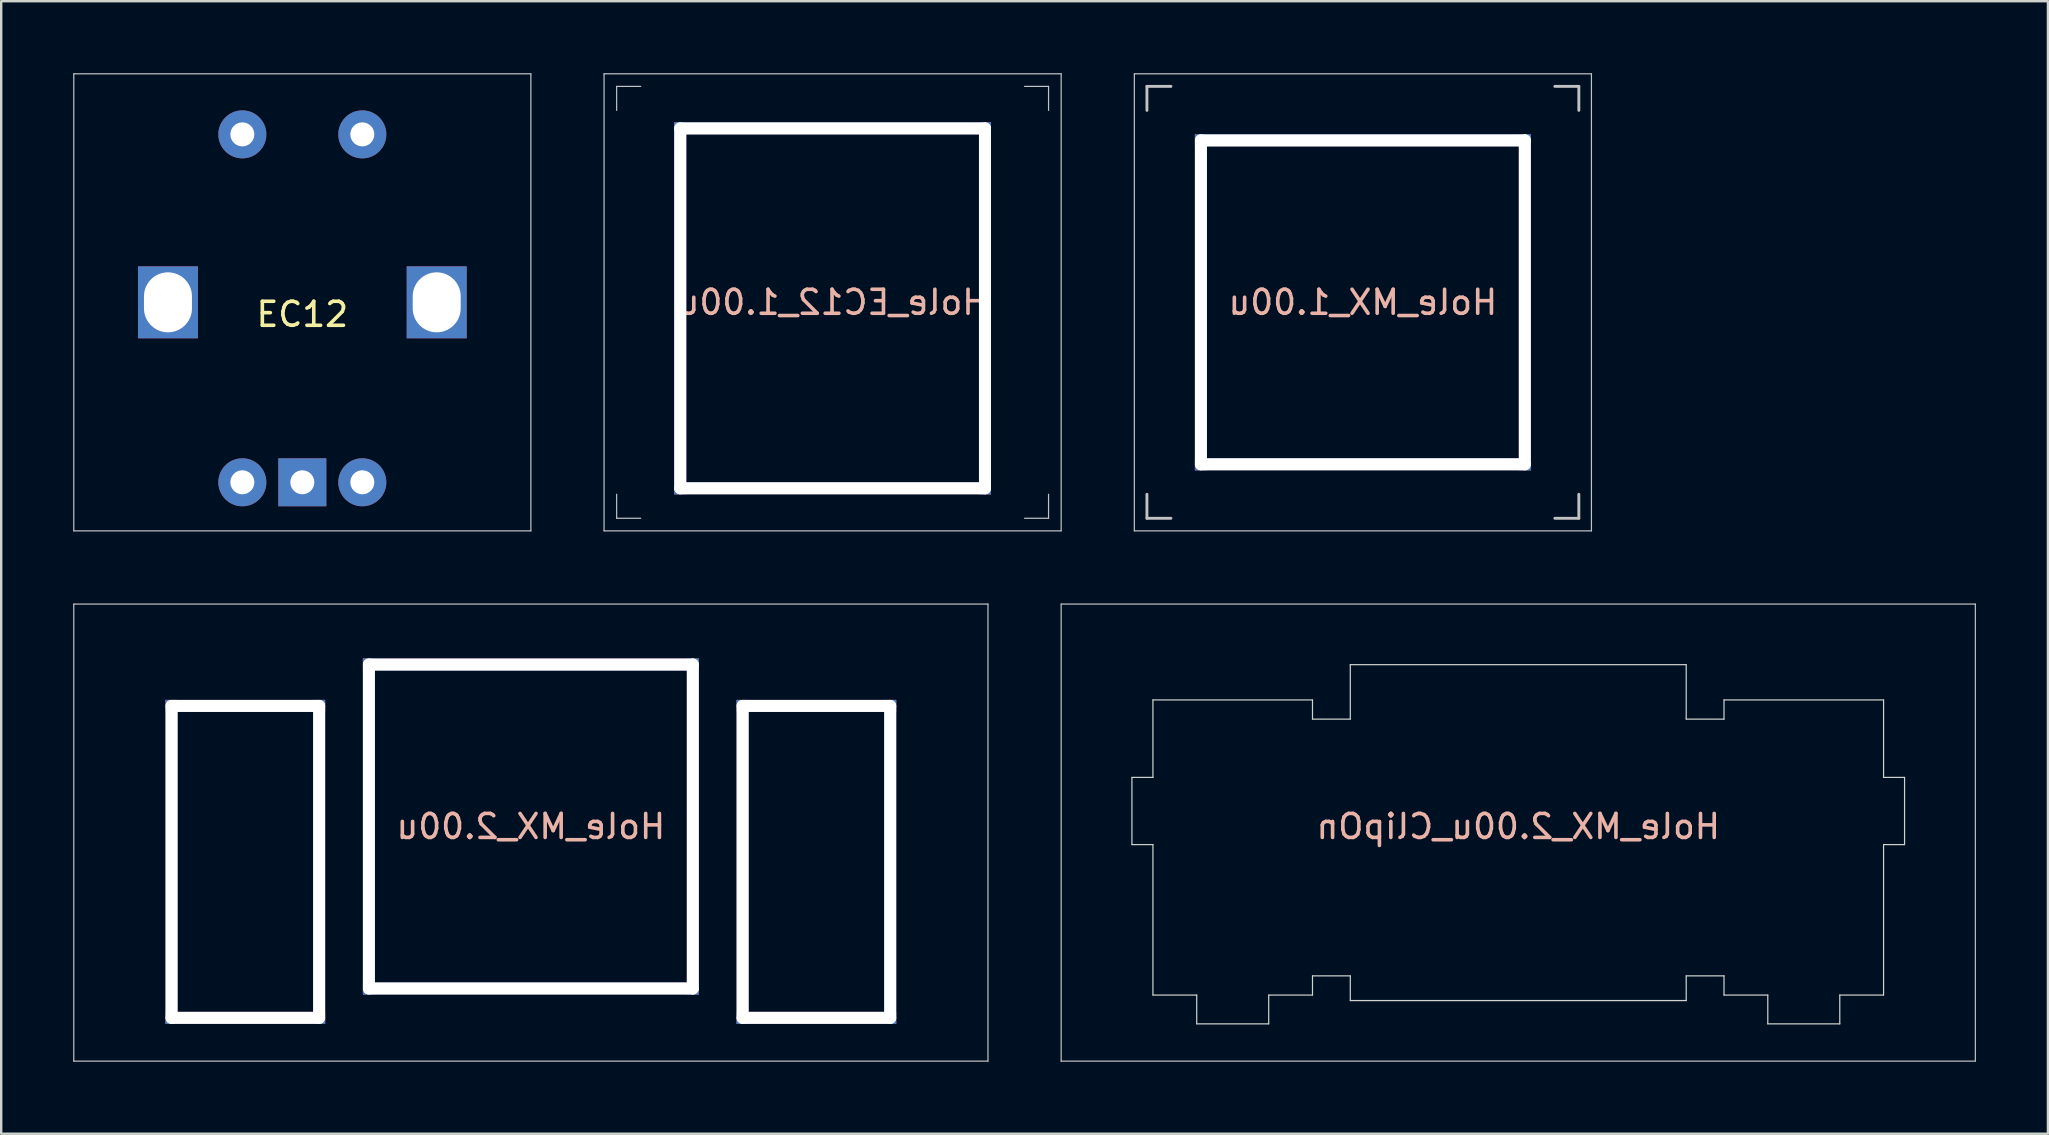
<source format=kicad_pcb>
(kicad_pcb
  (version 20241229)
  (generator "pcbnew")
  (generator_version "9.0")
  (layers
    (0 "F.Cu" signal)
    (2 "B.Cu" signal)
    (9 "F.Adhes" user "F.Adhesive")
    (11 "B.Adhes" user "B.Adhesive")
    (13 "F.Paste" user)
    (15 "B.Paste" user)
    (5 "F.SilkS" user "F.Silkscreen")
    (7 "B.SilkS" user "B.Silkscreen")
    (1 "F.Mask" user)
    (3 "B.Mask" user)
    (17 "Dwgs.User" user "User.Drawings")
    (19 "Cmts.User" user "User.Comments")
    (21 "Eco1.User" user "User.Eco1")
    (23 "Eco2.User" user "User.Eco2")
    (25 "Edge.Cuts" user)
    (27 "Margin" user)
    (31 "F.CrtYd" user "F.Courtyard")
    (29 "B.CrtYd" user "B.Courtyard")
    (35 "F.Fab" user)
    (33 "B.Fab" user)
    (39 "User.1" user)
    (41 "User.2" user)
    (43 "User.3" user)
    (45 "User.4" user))
  (footprint "Hole_MX_1.00u"
    (layer "F.Cu")
    (at 53.75 9.55)
    (property "Reference" "Hole_MX_1.00u" (at 0 0 180) (layer "B.SilkS") (effects (font (size 1 1) (thickness 0.15)) (justify mirror)))
    (attr through_hole)
    (fp_line (start -9.525 -9.525) (end 9.525 -9.525) (stroke (width 0.05) (type solid)) (layer "Dwgs.User"))
    (fp_line (start -9.525 9.525) (end -9.525 -9.525) (stroke (width 0.05) (type solid)) (layer "Dwgs.User"))
    (fp_line (start -9 -9) (end -8 -9) (stroke (width 0.12) (type solid)) (layer "Dwgs.User"))
    (fp_line (start -9 -8) (end -9 -9) (stroke (width 0.12) (type solid)) (layer "Dwgs.User"))
    (fp_line (start -9 9) (end -9 8) (stroke (width 0.12) (type solid)) (layer "Dwgs.User"))
    (fp_line (start -8 9) (end -9 9) (stroke (width 0.12) (type solid)) (layer "Dwgs.User"))
    (fp_line (start 8 -9) (end 9 -9) (stroke (width 0.12) (type solid)) (layer "Dwgs.User"))
    (fp_line (start 9 -9) (end 9 -8) (stroke (width 0.12) (type solid)) (layer "Dwgs.User"))
    (fp_line (start 9 8) (end 9 9) (stroke (width 0.12) (type solid)) (layer "Dwgs.User"))
    (fp_line (start 9 9) (end 8 9) (stroke (width 0.12) (type solid)) (layer "Dwgs.User"))
    (fp_line (start 9.525 -9.525) (end 9.525 9.525) (stroke (width 0.05) (type solid)) (layer "Dwgs.User"))
    (fp_line (start 9.525 9.525) (end -9.525 9.525) (stroke (width 0.05) (type solid)) (layer "Dwgs.User"))
    (pad "" np_thru_hole rect (at -6.75 0 90) (size 14 0.5) (drill oval 14 0.5) (layers "*.Cu" "*.Mask"))
    (pad "" np_thru_hole rect (at 0 -6.75) (size 14 0.5) (drill oval 14 0.5) (layers "*.Cu" "*.Mask"))
    (pad "" np_thru_hole rect (at 0 6.75 180) (size 14 0.5) (drill oval 14 0.5) (layers "*.Cu" "*.Mask"))
    (pad "" np_thru_hole rect (at 6.75 0 270) (size 14 0.5) (drill oval 14 0.5) (layers "*.Cu" "*.Mask")))
  (footprint "Hole_MX_2.00u_ClipOn"
    (layer "F.Cu")
    (at 60.225 31.396)
    (property "Reference" "Hole_MX_2.00u_ClipOn" (at 0 0 180) (layer "B.SilkS") (effects (font (size 1 1) (thickness 0.15)) (justify mirror)))
    (attr through_hole)
    (fp_line (start -19.05 -9.271) (end 19.05 -9.271) (stroke (width 0.05) (type solid)) (layer "Dwgs.User"))
    (fp_line (start -19.05 9.779) (end -19.05 -9.271) (stroke (width 0.05) (type solid)) (layer "Dwgs.User"))
    (fp_line (start 19.05 -9.271) (end 19.05 9.779) (stroke (width 0.05) (type solid)) (layer "Dwgs.User"))
    (fp_line (start 19.05 9.779) (end -19.05 9.779) (stroke (width 0.05) (type solid)) (layer "Dwgs.User"))
    (fp_line (start -16.1 -2.046) (end -15.225 -2.046) (stroke (width 0.05) (type solid)) (layer "Edge.Cuts"))
    (fp_line (start -16.1 0.754) (end -16.1 -2.046) (stroke (width 0.05) (type solid)) (layer "Edge.Cuts"))
    (fp_line (start -16.1 0.754) (end -15.225 0.754) (stroke (width 0.05) (type solid)) (layer "Edge.Cuts"))
    (fp_line (start -15.225 -5.276) (end -8.575 -5.276) (stroke (width 0.05) (type solid)) (layer "Edge.Cuts"))
    (fp_line (start -15.225 -2.046) (end -15.225 -5.276) (stroke (width 0.05) (type solid)) (layer "Edge.Cuts"))
    (fp_line (start -15.225 7.024) (end -15.225 0.754) (stroke (width 0.05) (type solid)) (layer "Edge.Cuts"))
    (fp_line (start -15.225 7.024) (end -13.4 7.024) (stroke (width 0.05) (type solid)) (layer "Edge.Cuts"))
    (fp_line (start -13.4 8.224) (end -13.4 7.024) (stroke (width 0.05) (type solid)) (layer "Edge.Cuts"))
    (fp_line (start -13.4 8.224) (end -10.4 8.224) (stroke (width 0.05) (type solid)) (layer "Edge.Cuts"))
    (fp_line (start -10.4 7.024) (end -10.4 8.224) (stroke (width 0.05) (type solid)) (layer "Edge.Cuts"))
    (fp_line (start -10.4 7.024) (end -8.575 7.024) (stroke (width 0.05) (type solid)) (layer "Edge.Cuts"))
    (fp_line (start -8.575 -5.276) (end -8.575 -4.476) (stroke (width 0.05) (type solid)) (layer "Edge.Cuts"))
    (fp_line (start -8.575 -4.476) (end -7 -4.476) (stroke (width 0.05) (type solid)) (layer "Edge.Cuts"))
    (fp_line (start -8.575 6.224) (end -8.575 7.024) (stroke (width 0.05) (type solid)) (layer "Edge.Cuts"))
    (fp_line (start -8.575 6.224) (end -7 6.224) (stroke (width 0.05) (type solid)) (layer "Edge.Cuts"))
    (fp_line (start -7 -4.476) (end -7 -6.746) (stroke (width 0.05) (type solid)) (layer "Edge.Cuts"))
    (fp_line (start -7 6.224) (end -7 7.254) (stroke (width 0.05) (type solid)) (layer "Edge.Cuts"))
    (fp_line (start -7 7.254) (end 7 7.254) (stroke (width 0.05) (type solid)) (layer "Edge.Cuts"))
    (fp_line (start 7 -6.746) (end -7 -6.746) (stroke (width 0.05) (type solid)) (layer "Edge.Cuts"))
    (fp_line (start 7 -4.476) (end 7 -6.746) (stroke (width 0.05) (type solid)) (layer "Edge.Cuts"))
    (fp_line (start 7 6.224) (end 7 7.254) (stroke (width 0.05) (type solid)) (layer "Edge.Cuts"))
    (fp_line (start 8.575 -5.276) (end 8.575 -4.476) (stroke (width 0.05) (type solid)) (layer "Edge.Cuts"))
    (fp_line (start 8.575 -4.476) (end 7 -4.476) (stroke (width 0.05) (type solid)) (layer "Edge.Cuts"))
    (fp_line (start 8.575 6.224) (end 7 6.224) (stroke (width 0.05) (type solid)) (layer "Edge.Cuts"))
    (fp_line (start 8.575 6.224) (end 8.575 7.024) (stroke (width 0.05) (type solid)) (layer "Edge.Cuts"))
    (fp_line (start 10.4 7.024) (end 8.575 7.024) (stroke (width 0.05) (type solid)) (layer "Edge.Cuts"))
    (fp_line (start 10.4 7.024) (end 10.4 8.224) (stroke (width 0.05) (type solid)) (layer "Edge.Cuts"))
    (fp_line (start 13.4 8.224) (end 10.4 8.224) (stroke (width 0.05) (type solid)) (layer "Edge.Cuts"))
    (fp_line (start 13.4 8.224) (end 13.4 7.024) (stroke (width 0.05) (type solid)) (layer "Edge.Cuts"))
    (fp_line (start 15.225 -5.276) (end 8.575 -5.276) (stroke (width 0.05) (type solid)) (layer "Edge.Cuts"))
    (fp_line (start 15.225 -2.046) (end 15.225 -5.276) (stroke (width 0.05) (type solid)) (layer "Edge.Cuts"))
    (fp_line (start 15.225 7.024) (end 13.4 7.024) (stroke (width 0.05) (type solid)) (layer "Edge.Cuts"))
    (fp_line (start 15.225 7.024) (end 15.225 0.754) (stroke (width 0.05) (type solid)) (layer "Edge.Cuts"))
    (fp_line (start 16.1 -2.046) (end 15.225 -2.046) (stroke (width 0.05) (type solid)) (layer "Edge.Cuts"))
    (fp_line (start 16.1 0.754) (end 15.225 0.754) (stroke (width 0.05) (type solid)) (layer "Edge.Cuts"))
    (fp_line (start 16.1 0.754) (end 16.1 -2.046) (stroke (width 0.05) (type solid)) (layer "Edge.Cuts")))
  (footprint "Hole_EC12_1.00u"
    (layer "F.Cu")
    (at 31.65 9.55)
    (property "Reference" "Hole_EC12_1.00u" (at 0 0 180) (layer "B.SilkS") (effects (font (size 1 1) (thickness 0.15)) (justify mirror)))
    (attr through_hole)
    (fp_line (start -9.525 -9.525) (end 9.525 -9.525) (stroke (width 0.05) (type solid)) (layer "Dwgs.User"))
    (fp_line (start -9.525 9.525) (end -9.525 -9.525) (stroke (width 0.05) (type solid)) (layer "Dwgs.User"))
    (fp_line (start -9 -9) (end -8 -9) (stroke (width 0.05) (type solid)) (layer "Dwgs.User"))
    (fp_line (start -9 -8) (end -9 -9) (stroke (width 0.05) (type solid)) (layer "Dwgs.User"))
    (fp_line (start -9 9) (end -9 8) (stroke (width 0.05) (type solid)) (layer "Dwgs.User"))
    (fp_line (start -8 9) (end -9 9) (stroke (width 0.05) (type solid)) (layer "Dwgs.User"))
    (fp_line (start 8 -9) (end 9 -9) (stroke (width 0.05) (type solid)) (layer "Dwgs.User"))
    (fp_line (start 9 -9) (end 9 -8) (stroke (width 0.05) (type solid)) (layer "Dwgs.User"))
    (fp_line (start 9 8) (end 9 9) (stroke (width 0.05) (type solid)) (layer "Dwgs.User"))
    (fp_line (start 9 9) (end 8 9) (stroke (width 0.05) (type solid)) (layer "Dwgs.User"))
    (fp_line (start 9.525 -9.525) (end 9.525 9.525) (stroke (width 0.05) (type solid)) (layer "Dwgs.User"))
    (fp_line (start 9.525 9.525) (end -9.525 9.525) (stroke (width 0.05) (type solid)) (layer "Dwgs.User"))
    (pad "" np_thru_hole rect (at -6.35 0.25 90) (size 15.5 0.5) (drill oval 15.5 0.5) (layers "*.Cu" "*.Mask"))
    (pad "" np_thru_hole rect (at 0 -7.25) (size 13.2 0.5) (drill oval 13.2 0.5) (layers "*.Cu" "*.Mask"))
    (pad "" np_thru_hole rect (at 0 7.75) (size 13.2 0.5) (drill oval 13.2 0.5) (layers "*.Cu" "*.Mask"))
    (pad "" np_thru_hole rect (at 6.35 0.25 90) (size 15.5 0.5) (drill oval 15.5 0.5) (layers "*.Cu" "*.Mask")))
  (footprint "EC12"
    (layer "F.Cu")
    (at 9.55 9.55)
    (property "Reference" "EC12" (at 0 0.5 0) (layer "F.SilkS") (effects (font (size 1 1) (thickness 0.15))))
    (attr through_hole)
    (fp_line (start -9.525 -9.525) (end -9.525 9.525) (stroke (width 0.05) (type solid)) (layer "Dwgs.User"))
    (fp_line (start -9.525 -9.525) (end 9.525 -9.525) (stroke (width 0.05) (type solid)) (layer "Dwgs.User"))
    (fp_line (start -9.525 9.525) (end 9.525 9.525) (stroke (width 0.05) (type solid)) (layer "Dwgs.User"))
    (fp_line (start 9.525 9.525) (end 9.525 -9.525) (stroke (width 0.05) (type solid)) (layer "Dwgs.User"))
    (pad "A" thru_hole circle (at -2.5 7.5) (size 2 2) (drill 1) (layers "*.Cu" "*.Mask"))
    (pad "B" thru_hole circle (at 2.5 7.5) (size 2 2) (drill 1) (layers "*.Cu" "*.Mask"))
    (pad "C" thru_hole rect (at 0 7.5) (size 2 2) (drill 1) (layers "*.Cu" "*.Mask"))
    (pad "MP" thru_hole rect (at -5.6 0 90) (size 3 2.5) (drill oval 2.5 2) (layers "*.Cu" "*.Mask"))
    (pad "MP" thru_hole rect (at 5.6 0 270) (size 3 2.5) (drill oval 2.5 2) (layers "*.Cu" "*.Mask"))
    (pad "S1" thru_hole circle (at -2.5 -7) (size 2 2) (drill 1) (layers "*.Cu" "*.Mask"))
    (pad "S2" thru_hole circle (at 2.5 -7) (size 2 2) (drill 1) (layers "*.Cu" "*.Mask")))
  (footprint "Hole_MX_2.00u"
    (layer "F.Cu")
    (at 19.075 31.396)
    (property "Reference" "Hole_MX_2.00u" (at 0 0 180) (layer "B.SilkS") (effects (font (size 1 1) (thickness 0.15)) (justify mirror)))
    (attr through_hole)
    (fp_line (start -19.05 -9.271) (end 19.05 -9.271) (stroke (width 0.05) (type solid)) (layer "Dwgs.User"))
    (fp_line (start -19.05 9.779) (end -19.05 -9.271) (stroke (width 0.05) (type solid)) (layer "Dwgs.User"))
    (fp_line (start 19.05 -9.271) (end 19.05 9.779) (stroke (width 0.05) (type solid)) (layer "Dwgs.User"))
    (fp_line (start 19.05 9.779) (end -19.05 9.779) (stroke (width 0.05) (type solid)) (layer "Dwgs.User"))
    (pad "" np_thru_hole rect (at -14.975 1.474 90) (size 13.5 0.5) (drill oval 13.5 0.5) (layers "*.Cu" "*.Mask"))
    (pad "" np_thru_hole rect (at -11.9 -5.026) (size 6.65 0.5) (drill oval 6.65 0.5) (layers "*.Cu" "*.Mask"))
    (pad "" np_thru_hole rect (at -11.9 7.974) (size 6.65 0.5) (drill oval 6.65 0.5) (layers "*.Cu" "*.Mask"))
    (pad "" np_thru_hole rect (at -8.825 1.474 90) (size 13.5 0.5) (drill oval 13.5 0.5) (layers "*.Cu" "*.Mask"))
    (pad "" np_thru_hole rect (at -6.75 0 90) (size 14 0.5) (drill oval 14 0.5) (layers "*.Cu" "*.Mask"))
    (pad "" np_thru_hole rect (at 0 -6.75) (size 14 0.5) (drill oval 14 0.5) (layers "*.Cu" "*.Mask"))
    (pad "" np_thru_hole rect (at 0 6.75 180) (size 14 0.5) (drill oval 14 0.5) (layers "*.Cu" "*.Mask"))
    (pad "" np_thru_hole rect (at 6.75 0 270) (size 14 0.5) (drill oval 14 0.5) (layers "*.Cu" "*.Mask"))
    (pad "" np_thru_hole rect (at 8.825 1.474 90) (size 13.5 0.5) (drill oval 13.5 0.5) (layers "*.Cu" "*.Mask"))
    (pad "" np_thru_hole rect (at 11.9 -5.026) (size 6.65 0.5) (drill oval 6.65 0.5) (layers "*.Cu" "*.Mask"))
    (pad "" np_thru_hole rect (at 11.9 7.974) (size 6.65 0.5) (drill oval 6.65 0.5) (layers "*.Cu" "*.Mask"))
    (pad "" np_thru_hole rect (at 14.975 1.474 90) (size 13.5 0.5) (drill oval 13.5 0.5) (layers "*.Cu" "*.Mask")))
  (gr_rect
    (start -3 -3)
    (end 82.3 44.2)
    (stroke (width 0.1) (type default))
    (fill no)
    (layer "Edge.Cuts")))
</source>
